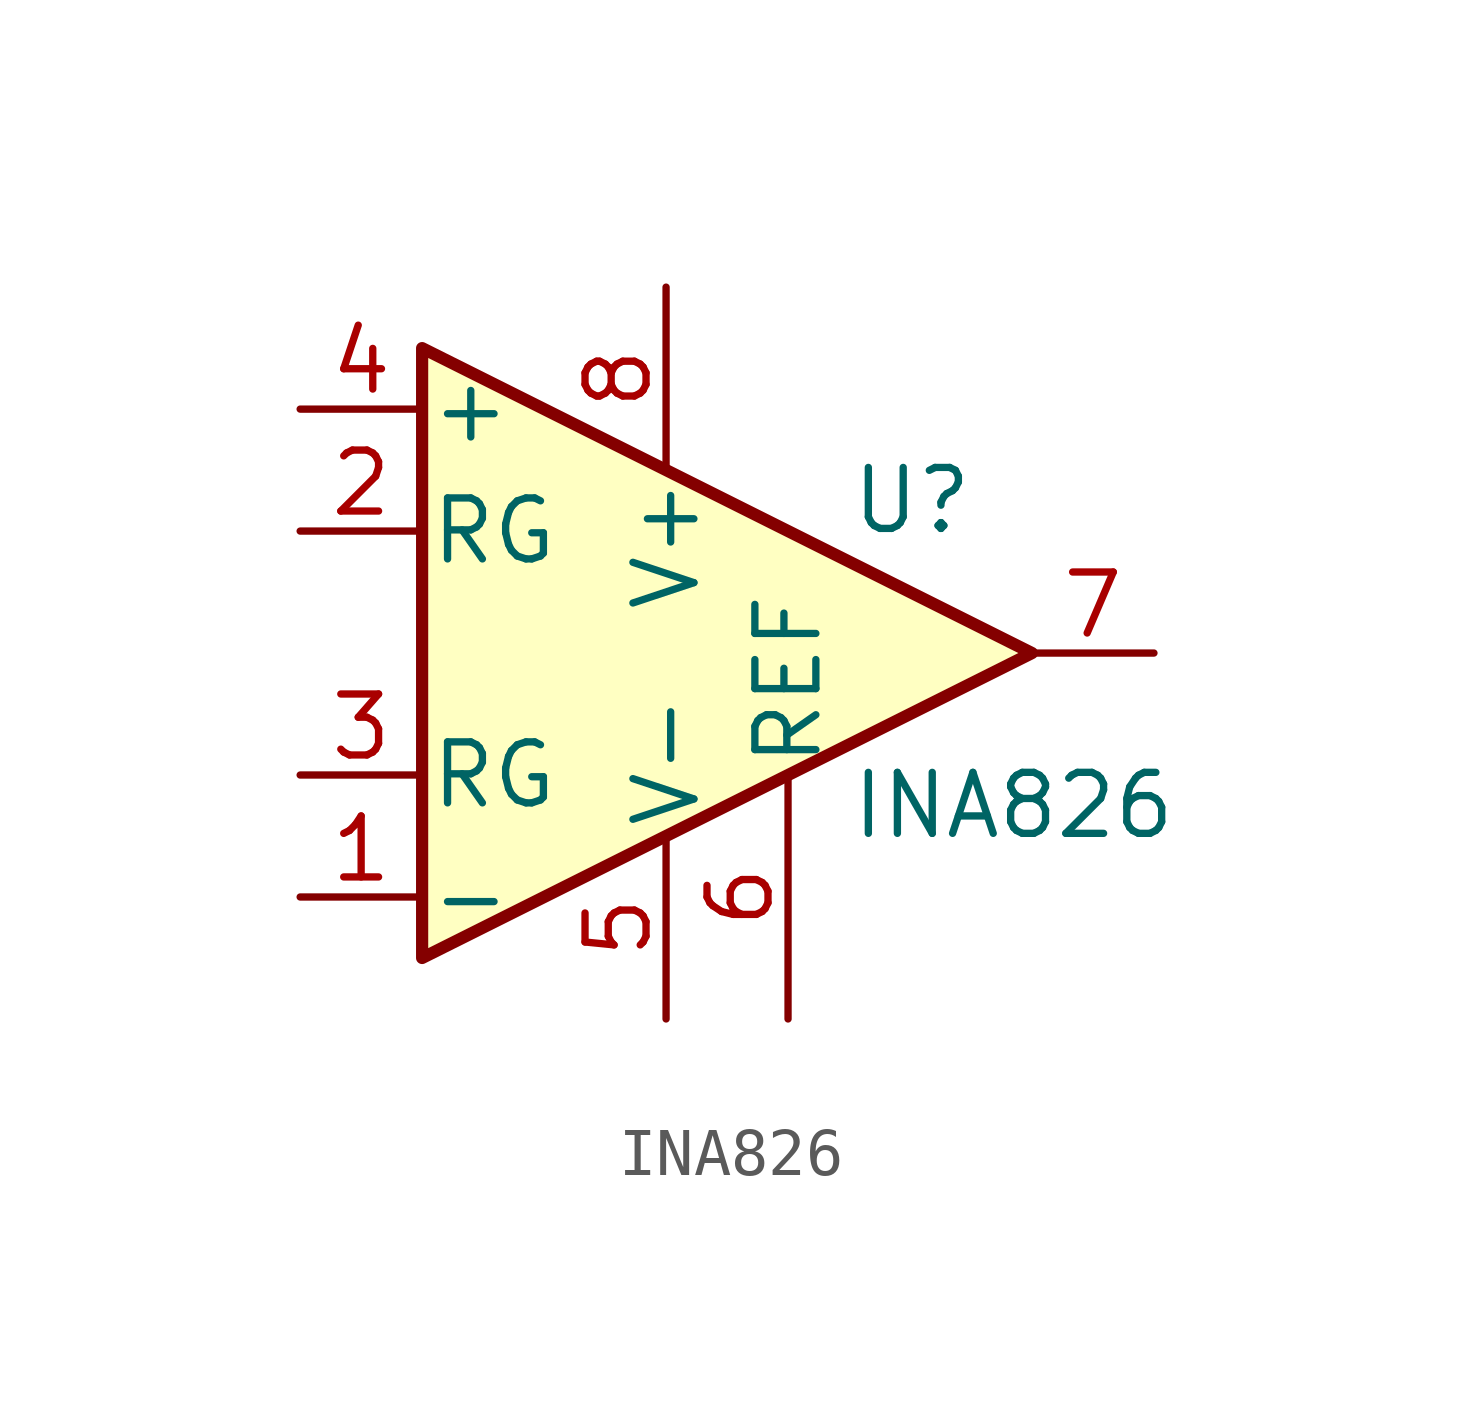
<source format=kicad_sym>
(kicad_symbol_lib
  (version 20211014)
  (generator kicad_symbol_editor)
  (symbol "INA826"
    (pin_names
      (offset 0.127))
    (property "Reference" "U"
      (at 3.81 3.175 0)
      (effects (font (size 1.27 1.27)) (justify left)))
    (property "Value" "INA826"
      (at 3.81 -3.175 0)
      (effects (font (size 1.27 1.27)) (justify left)))
    (symbol "INA826_0_1"
      (polyline (pts (xy 7.62 0) (xy -5.08 6.35) (xy -5.08 -6.35) (xy 7.62 0)) (stroke (width 0.254) (type default) (color 0 0 0 0)) (fill (type background))))
    (symbol "INA826_1_1"
      (pin input line (at -7.62 -5.08 0) (length 2.54) (name "-" (effects (font (size 1.27 1.27)))) (number "1" (effects (font (size 1.27 1.27)))))
      (pin passive line (at -7.62 2.54 0) (length 2.54) (name "RG" (effects (font (size 1.27 1.27)))) (number "2" (effects (font (size 1.27 1.27)))))
      (pin passive line (at -7.62 -2.54 0) (length 2.54) (name "RG" (effects (font (size 1.27 1.27)))) (number "3" (effects (font (size 1.27 1.27)))))
      (pin input line (at -7.62 5.08 0) (length 2.54) (name "+" (effects (font (size 1.27 1.27)))) (number "4" (effects (font (size 1.27 1.27)))))
      (pin power_in line (at 0 -7.62 90) (length 3.81) (name "V-" (effects (font (size 1.27 1.27)))) (number "5" (effects (font (size 1.27 1.27)))))
      (pin input line (at 2.54 -7.62 90) (length 5.08) (name "REF" (effects (font (size 1.27 1.27)))) (number "6" (effects (font (size 1.27 1.27)))))
      (pin output line (at 10.16 0 180) (length 2.54) (name "~" (effects (font (size 1.27 1.27)))) (number "7" (effects (font (size 1.27 1.27)))))
      (pin power_in line (at 0 7.62 270) (length 3.81) (name "V+" (effects (font (size 1.27 1.27)))) (number "8" (effects (font (size 1.27 1.27))))))))
</source>
